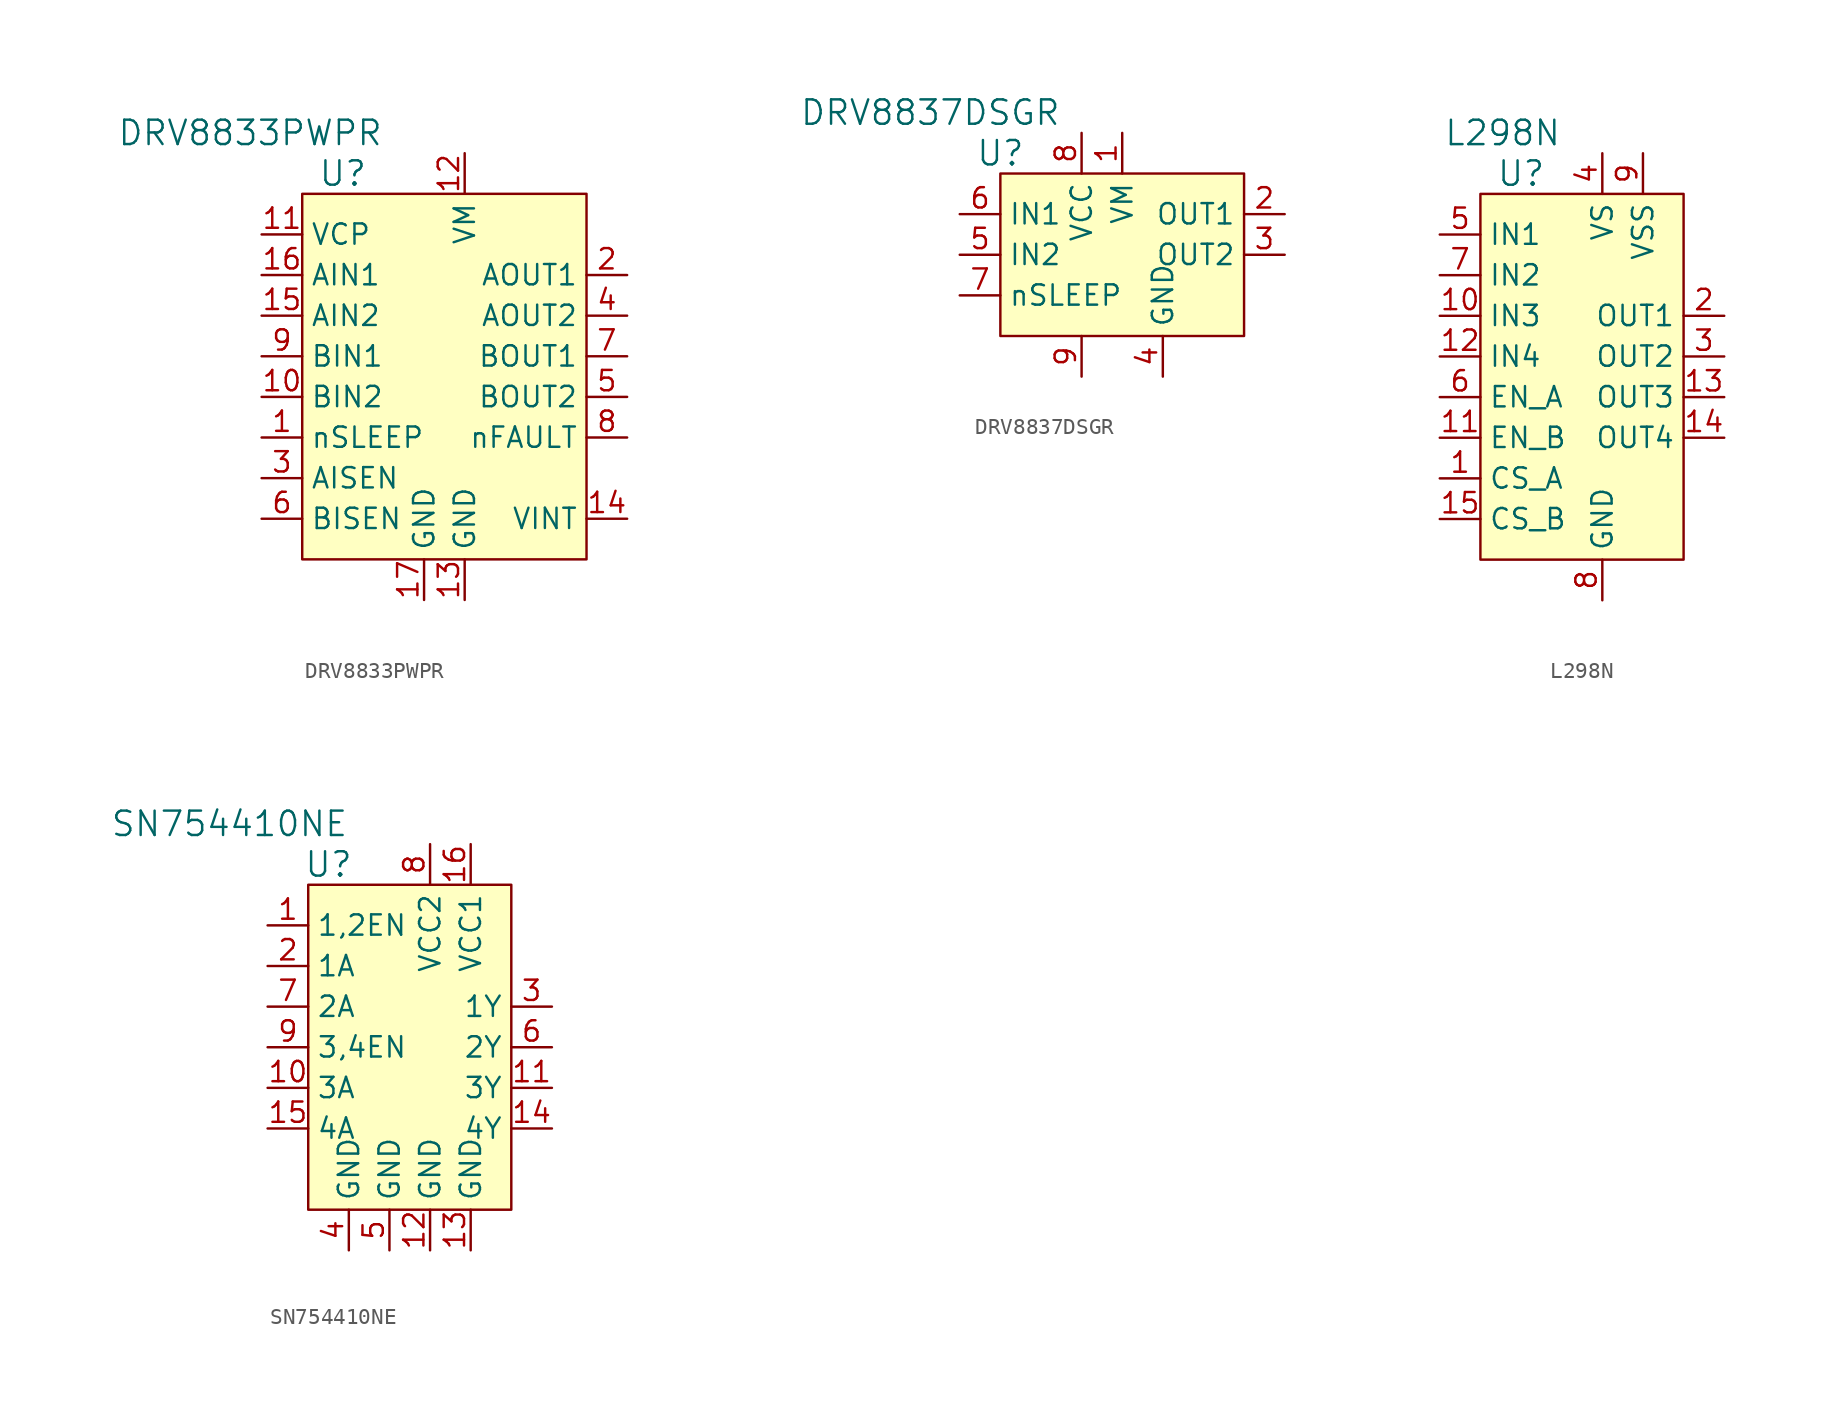
<source format=kicad_sym>
(kicad_symbol_lib
  (version 20211014)
  (generator kicad_symbol_editor)
  (symbol "DRV8833PWPR"
    (property "Reference" "U"
      (at -7.62 13.97 0)
      (effects (font (size 1.524 1.524))))
    (property "Value" "DRV8833PWPR"
      (at -5.08 16.51 0)
      (effects (font (size 1.524 1.524)) (justify right)))
    (symbol "DRV8833PWPR_0_1"
      (rectangle (start -10.16 12.7) (end 7.62 -10.16) (stroke (width 0) (type default) (color 0 0 0 0)) (fill (type background))))
    (symbol "DRV8833PWPR_1_1"
      (pin input line (at -12.7 -2.54 0) (length 2.54) (name "nSLEEP" (effects (font (size 1.27 1.27)))) (number "1" (effects (font (size 1.27 1.27)))))
      (pin input line (at -12.7 0 0) (length 2.54) (name "BIN2" (effects (font (size 1.27 1.27)))) (number "10" (effects (font (size 1.27 1.27)))))
      (pin bidirectional line (at -12.7 10.16 0) (length 2.54) (name "VCP" (effects (font (size 1.27 1.27)))) (number "11" (effects (font (size 1.27 1.27)))))
      (pin power_in line (at 0 15.24 270) (length 2.54) (name "VM" (effects (font (size 1.27 1.27)))) (number "12" (effects (font (size 1.27 1.27)))))
      (pin power_in line (at 0 -12.7 90) (length 2.54) (name "GND" (effects (font (size 1.27 1.27)))) (number "13" (effects (font (size 1.27 1.27)))))
      (pin passive line (at 10.16 -7.62 180) (length 2.54) (name "VINT" (effects (font (size 1.27 1.27)))) (number "14" (effects (font (size 1.27 1.27)))))
      (pin input line (at -12.7 5.08 0) (length 2.54) (name "AIN2" (effects (font (size 1.27 1.27)))) (number "15" (effects (font (size 1.27 1.27)))))
      (pin input line (at -12.7 7.62 0) (length 2.54) (name "AIN1" (effects (font (size 1.27 1.27)))) (number "16" (effects (font (size 1.27 1.27)))))
      (pin unspecified line (at -2.54 -12.7 90) (length 2.54) (name "GND" (effects (font (size 1.27 1.27)))) (number "17" (effects (font (size 1.27 1.27)))))
      (pin output line (at 10.16 7.62 180) (length 2.54) (name "AOUT1" (effects (font (size 1.27 1.27)))) (number "2" (effects (font (size 1.27 1.27)))))
      (pin bidirectional line (at -12.7 -5.08 0) (length 2.54) (name "AISEN" (effects (font (size 1.27 1.27)))) (number "3" (effects (font (size 1.27 1.27)))))
      (pin output line (at 10.16 5.08 180) (length 2.54) (name "AOUT2" (effects (font (size 1.27 1.27)))) (number "4" (effects (font (size 1.27 1.27)))))
      (pin output line (at 10.16 0 180) (length 2.54) (name "BOUT2" (effects (font (size 1.27 1.27)))) (number "5" (effects (font (size 1.27 1.27)))))
      (pin bidirectional line (at -12.7 -7.62 0) (length 2.54) (name "BISEN" (effects (font (size 1.27 1.27)))) (number "6" (effects (font (size 1.27 1.27)))))
      (pin output line (at 10.16 2.54 180) (length 2.54) (name "BOUT1" (effects (font (size 1.27 1.27)))) (number "7" (effects (font (size 1.27 1.27)))))
      (pin output line (at 10.16 -2.54 180) (length 2.54) (name "nFAULT" (effects (font (size 1.27 1.27)))) (number "8" (effects (font (size 1.27 1.27)))))
      (pin input line (at -12.7 2.54 0) (length 2.54) (name "BIN1" (effects (font (size 1.27 1.27)))) (number "9" (effects (font (size 1.27 1.27)))))))
  (symbol "DRV8837DSGR"
    (property "Reference" "U"
      (at -7.62 6.35 0)
      (effects (font (size 1.524 1.524))))
    (property "Value" "DRV8837DSGR"
      (at -3.81 8.89 0)
      (effects (font (size 1.524 1.524)) (justify right)))
    (symbol "DRV8837DSGR_0_1"
      (rectangle (start -7.62 5.08) (end 7.62 -5.08) (stroke (width 0) (type default) (color 0 0 0 0)) (fill (type background))))
    (symbol "DRV8837DSGR_1_1"
      (pin power_in line (at 0 7.62 270) (length 2.54) (name "VM" (effects (font (size 1.27 1.27)))) (number "1" (effects (font (size 1.27 1.27)))))
      (pin output line (at 10.16 2.54 180) (length 2.54) (name "OUT1" (effects (font (size 1.27 1.27)))) (number "2" (effects (font (size 1.27 1.27)))))
      (pin output line (at 10.16 0 180) (length 2.54) (name "OUT2" (effects (font (size 1.27 1.27)))) (number "3" (effects (font (size 1.27 1.27)))))
      (pin power_in line (at 2.54 -7.62 90) (length 2.54) (name "GND" (effects (font (size 1.27 1.27)))) (number "4" (effects (font (size 1.27 1.27)))))
      (pin input line (at -10.16 0 0) (length 2.54) (name "IN2" (effects (font (size 1.27 1.27)))) (number "5" (effects (font (size 1.27 1.27)))))
      (pin input line (at -10.16 2.54 0) (length 2.54) (name "IN1" (effects (font (size 1.27 1.27)))) (number "6" (effects (font (size 1.27 1.27)))))
      (pin input line (at -10.16 -2.54 0) (length 2.54) (name "nSLEEP" (effects (font (size 1.27 1.27)))) (number "7" (effects (font (size 1.27 1.27)))))
      (pin power_in line (at -2.54 7.62 270) (length 2.54) (name "VCC" (effects (font (size 1.27 1.27)))) (number "8" (effects (font (size 1.27 1.27)))))
      (pin unspecified line (at -2.54 -7.62 90) (length 2.54) (name "~" (effects (font (size 1.27 1.27)))) (number "9" (effects (font (size 1.27 1.27)))))))
  (symbol "L298N"
    (property "Reference" "U"
      (at -5.08 8.89 0)
      (effects (font (size 1.524 1.524))))
    (property "Value" "L298N"
      (at -2.54 11.43 0)
      (effects (font (size 1.524 1.524)) (justify right)))
    (symbol "L298N_0_1"
      (rectangle (start -7.62 7.62) (end 5.08 -15.24) (stroke (width 0) (type default) (color 0 0 0 0)) (fill (type background))))
    (symbol "L298N_1_1"
      (pin input line (at -10.16 -10.16 0) (length 2.54) (name "CS_A" (effects (font (size 1.27 1.27)))) (number "1" (effects (font (size 1.27 1.27)))))
      (pin input line (at -10.16 0 0) (length 2.54) (name "IN3" (effects (font (size 1.27 1.27)))) (number "10" (effects (font (size 1.27 1.27)))))
      (pin input line (at -10.16 -7.62 0) (length 2.54) (name "EN_B" (effects (font (size 1.27 1.27)))) (number "11" (effects (font (size 1.27 1.27)))))
      (pin input line (at -10.16 -2.54 0) (length 2.54) (name "IN4" (effects (font (size 1.27 1.27)))) (number "12" (effects (font (size 1.27 1.27)))))
      (pin output line (at 7.62 -5.08 180) (length 2.54) (name "OUT3" (effects (font (size 1.27 1.27)))) (number "13" (effects (font (size 1.27 1.27)))))
      (pin output line (at 7.62 -7.62 180) (length 2.54) (name "OUT4" (effects (font (size 1.27 1.27)))) (number "14" (effects (font (size 1.27 1.27)))))
      (pin input line (at -10.16 -12.7 0) (length 2.54) (name "CS_B" (effects (font (size 1.27 1.27)))) (number "15" (effects (font (size 1.27 1.27)))))
      (pin output line (at 7.62 0 180) (length 2.54) (name "OUT1" (effects (font (size 1.27 1.27)))) (number "2" (effects (font (size 1.27 1.27)))))
      (pin output line (at 7.62 -2.54 180) (length 2.54) (name "OUT2" (effects (font (size 1.27 1.27)))) (number "3" (effects (font (size 1.27 1.27)))))
      (pin power_in line (at 0 10.16 270) (length 2.54) (name "VS" (effects (font (size 1.27 1.27)))) (number "4" (effects (font (size 1.27 1.27)))))
      (pin input line (at -10.16 5.08 0) (length 2.54) (name "IN1" (effects (font (size 1.27 1.27)))) (number "5" (effects (font (size 1.27 1.27)))))
      (pin input line (at -10.16 -5.08 0) (length 2.54) (name "EN_A" (effects (font (size 1.27 1.27)))) (number "6" (effects (font (size 1.27 1.27)))))
      (pin input line (at -10.16 2.54 0) (length 2.54) (name "IN2" (effects (font (size 1.27 1.27)))) (number "7" (effects (font (size 1.27 1.27)))))
      (pin power_in line (at 0 -17.78 90) (length 2.54) (name "GND" (effects (font (size 1.27 1.27)))) (number "8" (effects (font (size 1.27 1.27)))))
      (pin power_in line (at 2.54 10.16 270) (length 2.54) (name "VSS" (effects (font (size 1.27 1.27)))) (number "9" (effects (font (size 1.27 1.27)))))))
  (symbol "SN754410NE"
    (property "Reference" "U"
      (at -3.81 6.35 0)
      (effects (font (size 1.524 1.524))))
    (property "Value" "SN754410NE"
      (at -2.54 8.89 0)
      (effects (font (size 1.524 1.524)) (justify right)))
    (symbol "SN754410NE_0_1"
      (rectangle (start -5.08 5.08) (end 7.62 -15.24) (stroke (width 0) (type default) (color 0 0 0 0)) (fill (type background))))
    (symbol "SN754410NE_1_1"
      (pin input line (at -7.62 2.54 0) (length 2.54) (name "1,2EN" (effects (font (size 1.27 1.27)))) (number "1" (effects (font (size 1.27 1.27)))))
      (pin input line (at -7.62 -7.62 0) (length 2.54) (name "3A" (effects (font (size 1.27 1.27)))) (number "10" (effects (font (size 1.27 1.27)))))
      (pin output line (at 10.16 -7.62 180) (length 2.54) (name "3Y" (effects (font (size 1.27 1.27)))) (number "11" (effects (font (size 1.27 1.27)))))
      (pin power_in line (at 2.54 -17.78 90) (length 2.54) (name "GND" (effects (font (size 1.27 1.27)))) (number "12" (effects (font (size 1.27 1.27)))))
      (pin power_in line (at 5.08 -17.78 90) (length 2.54) (name "GND" (effects (font (size 1.27 1.27)))) (number "13" (effects (font (size 1.27 1.27)))))
      (pin output line (at 10.16 -10.16 180) (length 2.54) (name "4Y" (effects (font (size 1.27 1.27)))) (number "14" (effects (font (size 1.27 1.27)))))
      (pin input line (at -7.62 -10.16 0) (length 2.54) (name "4A" (effects (font (size 1.27 1.27)))) (number "15" (effects (font (size 1.27 1.27)))))
      (pin power_in line (at 5.08 7.62 270) (length 2.54) (name "VCC1" (effects (font (size 1.27 1.27)))) (number "16" (effects (font (size 1.27 1.27)))))
      (pin input line (at -7.62 0 0) (length 2.54) (name "1A" (effects (font (size 1.27 1.27)))) (number "2" (effects (font (size 1.27 1.27)))))
      (pin output line (at 10.16 -2.54 180) (length 2.54) (name "1Y" (effects (font (size 1.27 1.27)))) (number "3" (effects (font (size 1.27 1.27)))))
      (pin power_in line (at -2.54 -17.78 90) (length 2.54) (name "GND" (effects (font (size 1.27 1.27)))) (number "4" (effects (font (size 1.27 1.27)))))
      (pin power_in line (at 0 -17.78 90) (length 2.54) (name "GND" (effects (font (size 1.27 1.27)))) (number "5" (effects (font (size 1.27 1.27)))))
      (pin output line (at 10.16 -5.08 180) (length 2.54) (name "2Y" (effects (font (size 1.27 1.27)))) (number "6" (effects (font (size 1.27 1.27)))))
      (pin input line (at -7.62 -2.54 0) (length 2.54) (name "2A" (effects (font (size 1.27 1.27)))) (number "7" (effects (font (size 1.27 1.27)))))
      (pin power_in line (at 2.54 7.62 270) (length 2.54) (name "VCC2" (effects (font (size 1.27 1.27)))) (number "8" (effects (font (size 1.27 1.27)))))
      (pin input line (at -7.62 -5.08 0) (length 2.54) (name "3,4EN" (effects (font (size 1.27 1.27)))) (number "9" (effects (font (size 1.27 1.27))))))))
</source>
